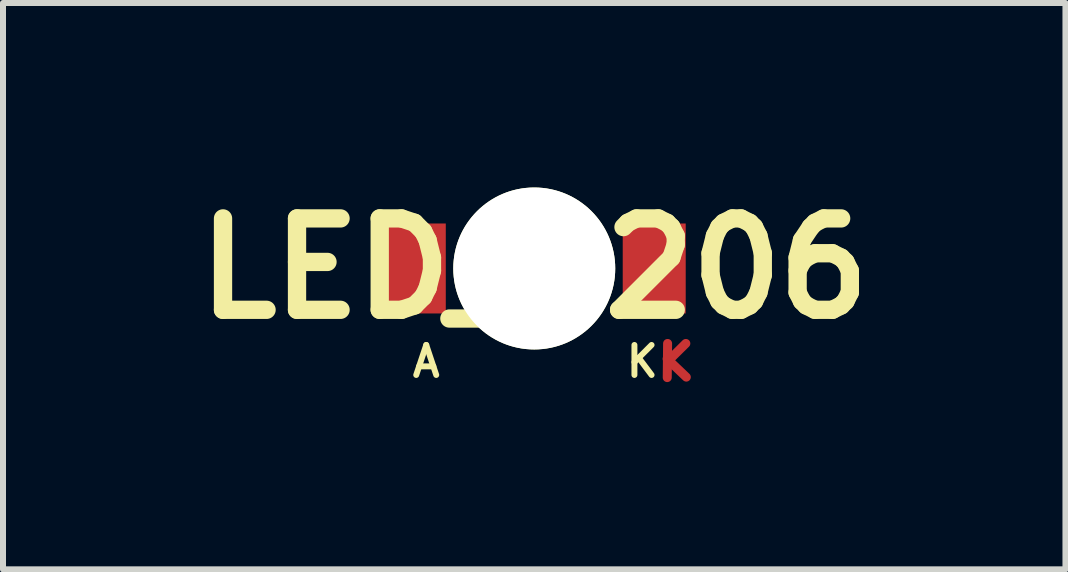
<source format=kicad_pcb>
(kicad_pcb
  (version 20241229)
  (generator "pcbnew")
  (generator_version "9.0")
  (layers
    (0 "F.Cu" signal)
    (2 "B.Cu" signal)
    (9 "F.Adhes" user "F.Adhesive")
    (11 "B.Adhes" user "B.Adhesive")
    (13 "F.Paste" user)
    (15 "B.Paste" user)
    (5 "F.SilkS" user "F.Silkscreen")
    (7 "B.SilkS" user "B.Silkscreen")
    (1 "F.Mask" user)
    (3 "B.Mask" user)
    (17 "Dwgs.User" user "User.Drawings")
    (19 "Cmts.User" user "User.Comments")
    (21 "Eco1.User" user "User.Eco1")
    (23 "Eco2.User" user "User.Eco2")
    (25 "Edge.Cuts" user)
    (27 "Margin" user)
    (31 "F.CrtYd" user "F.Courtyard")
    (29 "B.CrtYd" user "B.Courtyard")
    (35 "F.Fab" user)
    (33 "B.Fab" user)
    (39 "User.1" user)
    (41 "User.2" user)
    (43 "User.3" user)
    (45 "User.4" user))
  (footprint "LED_1206"
    (placed yes)
    (layer "F.Cu")
    (at 5.857 1.426)
    (property "Reference" "LED_1206" (at 0 0 0) (layer "F.SilkS") (effects (font (size 1.524 1.524) (thickness 0.305))))
    (attr smd)
    (fp_line (start 2.215 1.506) (end 2.535 1.811) (stroke (width 0.15) (type solid)) (layer "F.Cu"))
    (fp_line (start 2.223 1.25) (end 2.217 1.819) (stroke (width 0.15) (type solid)) (layer "F.Cu"))
    (fp_line (start 2.253 1.521) (end 2.527 1.25) (stroke (width 0.15) (type solid)) (layer "F.Cu"))
    (fp_text user "K" (at 1.801 1.549 0) (layer "F.SilkS") (effects (font (size 0.5 0.5) (thickness 0.099))))
    (fp_text user "A" (at -1.801 1.549 0) (layer "F.SilkS") (effects (font (size 0.5 0.5) (thickness 0.099))))
    (pad "" np_thru_hole circle (at 0 0) (size 2.7 2.7) (drill 2.7) (layers "*.Cu" "*.Mask" "F.SilkS"))
    (pad "1" smd rect (at 2 0) (size 1.05 1.5) (layers "F.Cu" "F.Mask" "F.Paste"))
    (pad "2" smd rect (at -2 0) (size 1.05 1.5) (layers "F.Cu" "F.Mask" "F.Paste")))
  (gr_rect
    (start -3 -3)
    (end 14.713 6.442)
    (stroke (width 0.1) (type default))
    (fill no)
    (layer "Edge.Cuts")))
</source>
